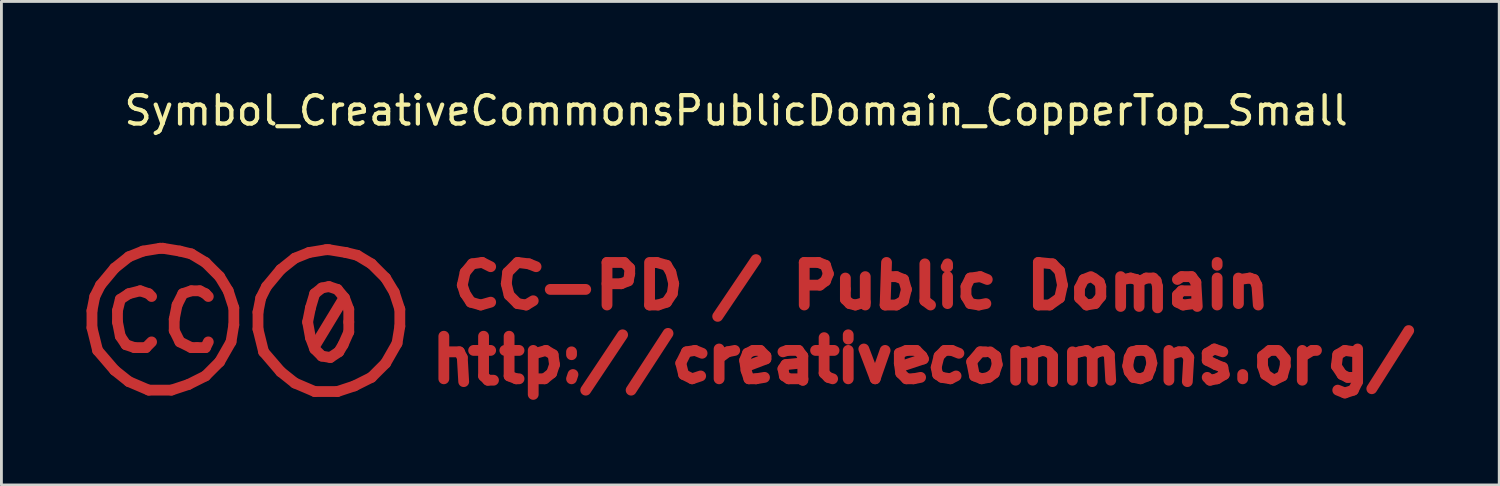
<source format=kicad_pcb>
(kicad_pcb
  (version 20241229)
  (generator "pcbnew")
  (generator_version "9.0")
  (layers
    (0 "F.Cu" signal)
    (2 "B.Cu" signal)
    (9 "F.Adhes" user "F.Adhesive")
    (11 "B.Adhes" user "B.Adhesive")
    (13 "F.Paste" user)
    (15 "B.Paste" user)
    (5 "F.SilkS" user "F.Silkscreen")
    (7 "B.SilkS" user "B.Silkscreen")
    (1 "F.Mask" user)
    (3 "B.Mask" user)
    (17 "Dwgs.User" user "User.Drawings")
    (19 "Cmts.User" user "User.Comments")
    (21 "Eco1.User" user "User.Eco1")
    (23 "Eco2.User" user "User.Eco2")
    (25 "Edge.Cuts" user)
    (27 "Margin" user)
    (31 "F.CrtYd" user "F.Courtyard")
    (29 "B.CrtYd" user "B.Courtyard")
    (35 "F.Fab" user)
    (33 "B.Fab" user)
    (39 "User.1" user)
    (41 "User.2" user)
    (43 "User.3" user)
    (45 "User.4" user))
  (footprint "Symbol_CreativeCommonsPublicDomain_CopperTop_Small"
    (layer "F.Cu")
    (at 22.29 8.148)
    (property "Reference" "Symbol_CreativeCommonsPublicDomain_CopperTop_Small" (at 0.599 -7.3 0) (layer "F.SilkS") (effects (font (size 1 1) (thickness 0.15))))
    (attr exclude_from_pos_files exclude_from_bom)
    (fp_line (start -22.099 -0.25) (end -22.099 0.35) (stroke (width 0.381) (type solid)) (layer "F.Cu"))
    (fp_line (start -22.099 0.35) (end -21.901 1.15) (stroke (width 0.381) (type solid)) (layer "F.Cu"))
    (fp_line (start -22 -0.75) (end -22.099 -0.25) (stroke (width 0.381) (type solid)) (layer "F.Cu"))
    (fp_line (start -21.901 1.15) (end -21.299 1.851) (stroke (width 0.381) (type solid)) (layer "F.Cu"))
    (fp_line (start -21.8 -1.149) (end -22 -0.75) (stroke (width 0.381) (type solid)) (layer "F.Cu"))
    (fp_line (start -21.299 -1.751) (end -21.8 -1.149) (stroke (width 0.381) (type solid)) (layer "F.Cu"))
    (fp_line (start -21.299 1.851) (end -20.799 2.25) (stroke (width 0.381) (type solid)) (layer "F.Cu"))
    (fp_line (start -21.2 -0.25) (end -21.2 0.149) (stroke (width 0.381) (type solid)) (layer "F.Cu"))
    (fp_line (start -21.2 0.149) (end -21.101 0.649) (stroke (width 0.381) (type solid)) (layer "F.Cu"))
    (fp_line (start -21.101 -0.651) (end -21.2 -0.25) (stroke (width 0.381) (type solid)) (layer "F.Cu"))
    (fp_line (start -21.101 0.649) (end -20.9 0.949) (stroke (width 0.381) (type solid)) (layer "F.Cu"))
    (fp_line (start -20.9 0.949) (end -20.601 1.051) (stroke (width 0.381) (type solid)) (layer "F.Cu"))
    (fp_line (start -20.799 -2.15) (end -21.299 -1.751) (stroke (width 0.381) (type solid)) (layer "F.Cu"))
    (fp_line (start -20.799 -0.849) (end -21.101 -0.651) (stroke (width 0.381) (type solid)) (layer "F.Cu"))
    (fp_line (start -20.799 2.25) (end -20.1 2.549) (stroke (width 0.381) (type solid)) (layer "F.Cu"))
    (fp_line (start -20.601 1.051) (end -20.199 1.051) (stroke (width 0.381) (type solid)) (layer "F.Cu"))
    (fp_line (start -20.4 -0.951) (end -20.799 -0.849) (stroke (width 0.381) (type solid)) (layer "F.Cu"))
    (fp_line (start -20.301 -2.35) (end -20.799 -2.15) (stroke (width 0.381) (type solid)) (layer "F.Cu"))
    (fp_line (start -20.199 1.051) (end -19.999 0.85) (stroke (width 0.381) (type solid)) (layer "F.Cu"))
    (fp_line (start -20.1 -0.849) (end -20.4 -0.951) (stroke (width 0.381) (type solid)) (layer "F.Cu"))
    (fp_line (start -20.1 2.549) (end -19.3 2.549) (stroke (width 0.381) (type solid)) (layer "F.Cu"))
    (fp_line (start -19.999 -0.75) (end -20.1 -0.849) (stroke (width 0.381) (type solid)) (layer "F.Cu"))
    (fp_line (start -19.699 -2.449) (end -20.301 -2.35) (stroke (width 0.381) (type solid)) (layer "F.Cu"))
    (fp_line (start -19.6 -2.449) (end -19.699 -2.449) (stroke (width 0.381) (type solid)) (layer "F.Cu"))
    (fp_line (start -19.3 2.549) (end -18.701 2.351) (stroke (width 0.381) (type solid)) (layer "F.Cu"))
    (fp_line (start -19.201 0.05) (end -19.201 0.449) (stroke (width 0.381) (type solid)) (layer "F.Cu"))
    (fp_line (start -19.201 0.449) (end -19.001 0.85) (stroke (width 0.381) (type solid)) (layer "F.Cu"))
    (fp_line (start -19.1 -0.45) (end -19.201 0.05) (stroke (width 0.381) (type solid)) (layer "F.Cu"))
    (fp_line (start -19.001 -2.35) (end -19.6 -2.449) (stroke (width 0.381) (type solid)) (layer "F.Cu"))
    (fp_line (start -19.001 0.85) (end -18.599 1.051) (stroke (width 0.381) (type solid)) (layer "F.Cu"))
    (fp_line (start -18.899 -0.849) (end -19.1 -0.45) (stroke (width 0.381) (type solid)) (layer "F.Cu"))
    (fp_line (start -18.701 2.351) (end -18.099 2.049) (stroke (width 0.381) (type solid)) (layer "F.Cu"))
    (fp_line (start -18.599 -2.251) (end -19.001 -2.35) (stroke (width 0.381) (type solid)) (layer "F.Cu"))
    (fp_line (start -18.599 -0.951) (end -18.899 -0.849) (stroke (width 0.381) (type solid)) (layer "F.Cu"))
    (fp_line (start -18.599 1.051) (end -18.401 1.051) (stroke (width 0.381) (type solid)) (layer "F.Cu"))
    (fp_line (start -18.401 1.051) (end -18.099 1.051) (stroke (width 0.381) (type solid)) (layer "F.Cu"))
    (fp_line (start -18.3 -0.951) (end -18.599 -0.951) (stroke (width 0.381) (type solid)) (layer "F.Cu"))
    (fp_line (start -18.099 -1.949) (end -18.599 -2.251) (stroke (width 0.381) (type solid)) (layer "F.Cu"))
    (fp_line (start -18.099 -0.849) (end -18.3 -0.951) (stroke (width 0.381) (type solid)) (layer "F.Cu"))
    (fp_line (start -18.099 1.051) (end -18 0.85) (stroke (width 0.381) (type solid)) (layer "F.Cu"))
    (fp_line (start -18.099 2.049) (end -17.601 1.551) (stroke (width 0.381) (type solid)) (layer "F.Cu"))
    (fp_line (start -18 -0.75) (end -18.099 -0.849) (stroke (width 0.381) (type solid)) (layer "F.Cu"))
    (fp_line (start -17.601 -1.451) (end -18.099 -1.949) (stroke (width 0.381) (type solid)) (layer "F.Cu"))
    (fp_line (start -17.601 1.551) (end -17.2 0.85) (stroke (width 0.381) (type solid)) (layer "F.Cu"))
    (fp_line (start -17.299 -0.951) (end -17.601 -1.451) (stroke (width 0.381) (type solid)) (layer "F.Cu"))
    (fp_line (start -17.2 0.85) (end -17.101 0.251) (stroke (width 0.381) (type solid)) (layer "F.Cu"))
    (fp_line (start -17.101 -0.349) (end -17.299 -0.951) (stroke (width 0.381) (type solid)) (layer "F.Cu"))
    (fp_line (start -17.101 0.251) (end -17.101 -0.349) (stroke (width 0.381) (type solid)) (layer "F.Cu"))
    (fp_line (start -16.249 -0.2) (end -16.249 0.4) (stroke (width 0.381) (type solid)) (layer "F.Cu"))
    (fp_line (start -16.249 0.4) (end -16.051 1.2) (stroke (width 0.381) (type solid)) (layer "F.Cu"))
    (fp_line (start -16.15 -0.7) (end -16.249 -0.2) (stroke (width 0.381) (type solid)) (layer "F.Cu"))
    (fp_line (start -16.051 1.2) (end -15.449 1.901) (stroke (width 0.381) (type solid)) (layer "F.Cu"))
    (fp_line (start -15.95 -1.099) (end -16.15 -0.7) (stroke (width 0.381) (type solid)) (layer "F.Cu"))
    (fp_line (start -15.449 -1.701) (end -15.95 -1.099) (stroke (width 0.381) (type solid)) (layer "F.Cu"))
    (fp_line (start -15.449 1.901) (end -14.949 2.3) (stroke (width 0.381) (type solid)) (layer "F.Cu"))
    (fp_line (start -14.949 -2.1) (end -15.449 -1.701) (stroke (width 0.381) (type solid)) (layer "F.Cu"))
    (fp_line (start -14.949 2.3) (end -14.25 2.599) (stroke (width 0.381) (type solid)) (layer "F.Cu"))
    (fp_line (start -14.5 0.15) (end -14.4 -0.35) (stroke (width 0.381) (type solid)) (layer "F.Cu"))
    (fp_line (start -14.451 -2.3) (end -14.949 -2.1) (stroke (width 0.381) (type solid)) (layer "F.Cu"))
    (fp_line (start -14.4 -0.35) (end -14.25 -0.85) (stroke (width 0.381) (type solid)) (layer "F.Cu"))
    (fp_line (start -14.4 0.7) (end -14.5 0.15) (stroke (width 0.381) (type solid)) (layer "F.Cu"))
    (fp_line (start -14.25 2.599) (end -13.45 2.599) (stroke (width 0.381) (type solid)) (layer "F.Cu"))
    (fp_line (start -14.25 -0.85) (end -14 -1.05) (stroke (width 0.381) (type solid)) (layer "F.Cu"))
    (fp_line (start -14.25 1.1) (end -14.4 0.7) (stroke (width 0.381) (type solid)) (layer "F.Cu"))
    (fp_line (start -14 -1.05) (end -13.75 -1.1) (stroke (width 0.381) (type solid)) (layer "F.Cu"))
    (fp_line (start -14 1.35) (end -14.25 1.1) (stroke (width 0.381) (type solid)) (layer "F.Cu"))
    (fp_line (start -13.849 -2.399) (end -14.451 -2.3) (stroke (width 0.381) (type solid)) (layer "F.Cu"))
    (fp_line (start -13.75 -2.399) (end -13.849 -2.399) (stroke (width 0.381) (type solid)) (layer "F.Cu"))
    (fp_line (start -13.75 -1.1) (end -13.45 -1) (stroke (width 0.381) (type solid)) (layer "F.Cu"))
    (fp_line (start -13.7 1.4) (end -14 1.35) (stroke (width 0.381) (type solid)) (layer "F.Cu"))
    (fp_line (start -13.45 2.599) (end -12.851 2.401) (stroke (width 0.381) (type solid)) (layer "F.Cu"))
    (fp_line (start -13.45 -1) (end -13.2 -0.7) (stroke (width 0.381) (type solid)) (layer "F.Cu"))
    (fp_line (start -13.4 1.2) (end -13.7 1.4) (stroke (width 0.381) (type solid)) (layer "F.Cu"))
    (fp_line (start -13.25 -0.65) (end -14.25 1) (stroke (width 0.381) (type solid)) (layer "F.Cu"))
    (fp_line (start -13.25 0.95) (end -13.4 1.2) (stroke (width 0.381) (type solid)) (layer "F.Cu"))
    (fp_line (start -13.2 -0.7) (end -13.05 -0.3) (stroke (width 0.381) (type solid)) (layer "F.Cu"))
    (fp_line (start -13.151 -2.3) (end -13.75 -2.399) (stroke (width 0.381) (type solid)) (layer "F.Cu"))
    (fp_line (start -13.05 -0.3) (end -13.05 0.15) (stroke (width 0.381) (type solid)) (layer "F.Cu"))
    (fp_line (start -13.05 0.15) (end -13.05 0.5) (stroke (width 0.381) (type solid)) (layer "F.Cu"))
    (fp_line (start -13.05 0.5) (end -13.25 0.95) (stroke (width 0.381) (type solid)) (layer "F.Cu"))
    (fp_line (start -12.851 2.401) (end -12.249 2.099) (stroke (width 0.381) (type solid)) (layer "F.Cu"))
    (fp_line (start -12.749 -2.201) (end -13.151 -2.3) (stroke (width 0.381) (type solid)) (layer "F.Cu"))
    (fp_line (start -12.249 -1.899) (end -12.749 -2.201) (stroke (width 0.381) (type solid)) (layer "F.Cu"))
    (fp_line (start -12.249 2.099) (end -11.751 1.601) (stroke (width 0.381) (type solid)) (layer "F.Cu"))
    (fp_line (start -11.751 -1.401) (end -12.249 -1.899) (stroke (width 0.381) (type solid)) (layer "F.Cu"))
    (fp_line (start -11.751 1.601) (end -11.35 0.9) (stroke (width 0.381) (type solid)) (layer "F.Cu"))
    (fp_line (start -11.449 -0.901) (end -11.751 -1.401) (stroke (width 0.381) (type solid)) (layer "F.Cu"))
    (fp_line (start -11.35 0.9) (end -11.251 0.301) (stroke (width 0.381) (type solid)) (layer "F.Cu"))
    (fp_line (start -11.251 -0.299) (end -11.449 -0.901) (stroke (width 0.381) (type solid)) (layer "F.Cu"))
    (fp_line (start -11.251 0.301) (end -11.251 -0.299) (stroke (width 0.381) (type solid)) (layer "F.Cu"))
    (fp_line (start -9.7 0.65) (end -9.7 2.15) (stroke (width 0.381) (type solid)) (layer "F.Cu"))
    (fp_line (start -9.15 1.2) (end -9.55 1.2) (stroke (width 0.381) (type solid)) (layer "F.Cu"))
    (fp_line (start -9.05 -1.15) (end -8.95 -0.85) (stroke (width 0.381) (type solid)) (layer "F.Cu"))
    (fp_line (start -9.05 1.4) (end -9.15 1.2) (stroke (width 0.381) (type solid)) (layer "F.Cu"))
    (fp_line (start -9 2.25) (end -9.05 1.4) (stroke (width 0.381) (type solid)) (layer "F.Cu"))
    (fp_line (start -8.95 -1.6) (end -9.05 -1.15) (stroke (width 0.381) (type solid)) (layer "F.Cu"))
    (fp_line (start -8.95 -0.85) (end -8.75 -0.55) (stroke (width 0.381) (type solid)) (layer "F.Cu"))
    (fp_line (start -8.75 -0.55) (end -8.4 -0.45) (stroke (width 0.381) (type solid)) (layer "F.Cu"))
    (fp_line (start -8.7 -1.9) (end -8.95 -1.6) (stroke (width 0.381) (type solid)) (layer "F.Cu"))
    (fp_line (start -8.65 1.15) (end -8.05 1.15) (stroke (width 0.381) (type solid)) (layer "F.Cu"))
    (fp_line (start -8.4 -0.45) (end -8.05 -0.55) (stroke (width 0.381) (type solid)) (layer "F.Cu"))
    (fp_line (start -8.35 -1.95) (end -8.7 -1.9) (stroke (width 0.381) (type solid)) (layer "F.Cu"))
    (fp_line (start -8.3 0.65) (end -8.3 2.05) (stroke (width 0.381) (type solid)) (layer "F.Cu"))
    (fp_line (start -8.3 2.05) (end -8.15 2.2) (stroke (width 0.381) (type solid)) (layer "F.Cu"))
    (fp_line (start -8.15 2.2) (end -7.95 2.2) (stroke (width 0.381) (type solid)) (layer "F.Cu"))
    (fp_line (start -8.05 -1.8) (end -8.35 -1.95) (stroke (width 0.381) (type solid)) (layer "F.Cu"))
    (fp_line (start -7.5 -1.2) (end -7.4 -0.8) (stroke (width 0.381) (type solid)) (layer "F.Cu"))
    (fp_line (start -7.45 -1.6) (end -7.5 -1.2) (stroke (width 0.381) (type solid)) (layer "F.Cu"))
    (fp_line (start -7.4 -0.8) (end -7.1 -0.5) (stroke (width 0.381) (type solid)) (layer "F.Cu"))
    (fp_line (start -7.4 0.65) (end -7.4 2.05) (stroke (width 0.381) (type solid)) (layer "F.Cu"))
    (fp_line (start -7.4 2.05) (end -7.15 2.15) (stroke (width 0.381) (type solid)) (layer "F.Cu"))
    (fp_line (start -7.15 2.15) (end -7.05 2.15) (stroke (width 0.381) (type solid)) (layer "F.Cu"))
    (fp_line (start -7.1 -1.95) (end -7.45 -1.6) (stroke (width 0.381) (type solid)) (layer "F.Cu"))
    (fp_line (start -7.1 -0.5) (end -6.8 -0.45) (stroke (width 0.381) (type solid)) (layer "F.Cu"))
    (fp_line (start -7.05 1.15) (end -7.55 1.15) (stroke (width 0.381) (type solid)) (layer "F.Cu"))
    (fp_line (start -6.8 -0.45) (end -6.55 -0.6) (stroke (width 0.381) (type solid)) (layer "F.Cu"))
    (fp_line (start -6.7 -1.9) (end -7.1 -1.95) (stroke (width 0.381) (type solid)) (layer "F.Cu"))
    (fp_line (start -6.55 2.7) (end -6.55 1.15) (stroke (width 0.381) (type solid)) (layer "F.Cu"))
    (fp_line (start -6.5 2.15) (end -6.15 2.15) (stroke (width 0.381) (type solid)) (layer "F.Cu"))
    (fp_line (start -6.45 -1.8) (end -6.7 -1.9) (stroke (width 0.381) (type solid)) (layer "F.Cu"))
    (fp_line (start -6.15 2.15) (end -5.9 1.95) (stroke (width 0.381) (type solid)) (layer "F.Cu"))
    (fp_line (start -6.1 1.15) (end -6.45 1.25) (stroke (width 0.381) (type solid)) (layer "F.Cu"))
    (fp_line (start -5.95 -1) (end -4.7 -1) (stroke (width 0.381) (type solid)) (layer "F.Cu"))
    (fp_line (start -5.9 1.95) (end -5.8 1.65) (stroke (width 0.381) (type solid)) (layer "F.Cu"))
    (fp_line (start -5.85 1.3) (end -6.1 1.15) (stroke (width 0.381) (type solid)) (layer "F.Cu"))
    (fp_line (start -5.8 1.65) (end -5.85 1.3) (stroke (width 0.381) (type solid)) (layer "F.Cu"))
    (fp_line (start -5.2 1.2) (end -5.2 1.3) (stroke (width 0.381) (type solid)) (layer "F.Cu"))
    (fp_line (start -5.15 2) (end -5.2 2.15) (stroke (width 0.381) (type solid)) (layer "F.Cu"))
    (fp_line (start -4.7 2.55) (end -3.4 0.6) (stroke (width 0.381) (type solid)) (layer "F.Cu"))
    (fp_line (start -3.95 -1.95) (end -3.35 -1.95) (stroke (width 0.381) (type solid)) (layer "F.Cu"))
    (fp_line (start -3.95 -0.45) (end -3.95 -1.95) (stroke (width 0.381) (type solid)) (layer "F.Cu"))
    (fp_line (start -3.45 -1.2) (end -3.95 -1.2) (stroke (width 0.381) (type solid)) (layer "F.Cu"))
    (fp_line (start -3.35 -1.95) (end -3.15 -1.75) (stroke (width 0.381) (type solid)) (layer "F.Cu"))
    (fp_line (start -3.2 -1.3) (end -3.45 -1.2) (stroke (width 0.381) (type solid)) (layer "F.Cu"))
    (fp_line (start -3.15 -1.75) (end -3.15 -1.55) (stroke (width 0.381) (type solid)) (layer "F.Cu"))
    (fp_line (start -3.15 -1.55) (end -3.2 -1.3) (stroke (width 0.381) (type solid)) (layer "F.Cu"))
    (fp_line (start -3.1 2.55) (end -1.8 0.55) (stroke (width 0.381) (type solid)) (layer "F.Cu"))
    (fp_line (start -2.45 -1.95) (end -2.45 -0.45) (stroke (width 0.381) (type solid)) (layer "F.Cu"))
    (fp_line (start -2.45 -0.45) (end -2.15 -0.45) (stroke (width 0.381) (type solid)) (layer "F.Cu"))
    (fp_line (start -2.2 -1.95) (end -2.35 -1.95) (stroke (width 0.381) (type solid)) (layer "F.Cu"))
    (fp_line (start -2.15 -0.45) (end -1.85 -0.55) (stroke (width 0.381) (type solid)) (layer "F.Cu"))
    (fp_line (start -1.85 -1.85) (end -2.2 -1.95) (stroke (width 0.381) (type solid)) (layer "F.Cu"))
    (fp_line (start -1.85 -0.55) (end -1.65 -0.85) (stroke (width 0.381) (type solid)) (layer "F.Cu"))
    (fp_line (start -1.7 -1.6) (end -1.85 -1.85) (stroke (width 0.381) (type solid)) (layer "F.Cu"))
    (fp_line (start -1.65 -0.85) (end -1.6 -1.2) (stroke (width 0.381) (type solid)) (layer "F.Cu"))
    (fp_line (start -1.6 -1.2) (end -1.7 -1.6) (stroke (width 0.381) (type solid)) (layer "F.Cu"))
    (fp_line (start -1.35 1.6) (end -1.25 2) (stroke (width 0.381) (type solid)) (layer "F.Cu"))
    (fp_line (start -1.25 2) (end -0.95 2.15) (stroke (width 0.381) (type solid)) (layer "F.Cu"))
    (fp_line (start -1.15 1.2) (end -1.35 1.6) (stroke (width 0.381) (type solid)) (layer "F.Cu"))
    (fp_line (start -0.95 2.15) (end -0.65 2.05) (stroke (width 0.381) (type solid)) (layer "F.Cu"))
    (fp_line (start -0.85 1.15) (end -1.15 1.2) (stroke (width 0.381) (type solid)) (layer "F.Cu"))
    (fp_line (start -0.6 1.25) (end -0.85 1.15) (stroke (width 0.381) (type solid)) (layer "F.Cu"))
    (fp_line (start -0.05 -0.05) (end 1.3 -2.05) (stroke (width 0.381) (type solid)) (layer "F.Cu"))
    (fp_line (start 0 2.15) (end 0 1.1) (stroke (width 0.381) (type solid)) (layer "F.Cu"))
    (fp_line (start 0.3 1.2) (end 0.1 1.35) (stroke (width 0.381) (type solid)) (layer "F.Cu"))
    (fp_line (start 0.55 1.15) (end 0.3 1.2) (stroke (width 0.381) (type solid)) (layer "F.Cu"))
    (fp_line (start 0.9 1.5) (end 1 1.25) (stroke (width 0.381) (type solid)) (layer "F.Cu"))
    (fp_line (start 0.95 1.85) (end 0.9 1.5) (stroke (width 0.381) (type solid)) (layer "F.Cu"))
    (fp_line (start 1 1.25) (end 1.2 1.15) (stroke (width 0.381) (type solid)) (layer "F.Cu"))
    (fp_line (start 1.05 2.15) (end 0.95 1.85) (stroke (width 0.381) (type solid)) (layer "F.Cu"))
    (fp_line (start 1.2 1.15) (end 1.45 1.15) (stroke (width 0.381) (type solid)) (layer "F.Cu"))
    (fp_line (start 1.3 2.15) (end 1.05 2.15) (stroke (width 0.381) (type solid)) (layer "F.Cu"))
    (fp_line (start 1.45 1.15) (end 1.65 1.35) (stroke (width 0.381) (type solid)) (layer "F.Cu"))
    (fp_line (start 1.6 2.1) (end 1.3 2.15) (stroke (width 0.381) (type solid)) (layer "F.Cu"))
    (fp_line (start 1.65 1.35) (end 1.65 1.45) (stroke (width 0.381) (type solid)) (layer "F.Cu"))
    (fp_line (start 1.65 1.45) (end 1 1.7) (stroke (width 0.381) (type solid)) (layer "F.Cu"))
    (fp_line (start 2.25 1.2) (end 2.4 1.15) (stroke (width 0.381) (type solid)) (layer "F.Cu"))
    (fp_line (start 2.25 1.8) (end 2.35 1.65) (stroke (width 0.381) (type solid)) (layer "F.Cu"))
    (fp_line (start 2.3 2.05) (end 2.25 1.8) (stroke (width 0.381) (type solid)) (layer "F.Cu"))
    (fp_line (start 2.35 1.65) (end 2.85 1.6) (stroke (width 0.381) (type solid)) (layer "F.Cu"))
    (fp_line (start 2.4 1.15) (end 2.8 1.15) (stroke (width 0.381) (type solid)) (layer "F.Cu"))
    (fp_line (start 2.45 2.15) (end 2.3 2.05) (stroke (width 0.381) (type solid)) (layer "F.Cu"))
    (fp_line (start 2.8 1.15) (end 2.95 1.35) (stroke (width 0.381) (type solid)) (layer "F.Cu"))
    (fp_line (start 2.95 1.35) (end 2.95 2.2) (stroke (width 0.381) (type solid)) (layer "F.Cu"))
    (fp_line (start 2.95 2.15) (end 2.45 2.15) (stroke (width 0.381) (type solid)) (layer "F.Cu"))
    (fp_line (start 2.95 2.2) (end 2.95 2.15) (stroke (width 0.381) (type solid)) (layer "F.Cu"))
    (fp_line (start 3 -1.95) (end 3.5 -1.95) (stroke (width 0.381) (type solid)) (layer "F.Cu"))
    (fp_line (start 3 -0.45) (end 3 -1.95) (stroke (width 0.381) (type solid)) (layer "F.Cu"))
    (fp_line (start 3.4 1.15) (end 4.05 1.15) (stroke (width 0.381) (type solid)) (layer "F.Cu"))
    (fp_line (start 3.5 -1.95) (end 3.75 -1.85) (stroke (width 0.381) (type solid)) (layer "F.Cu"))
    (fp_line (start 3.55 -1.15) (end 3.1 -1.15) (stroke (width 0.381) (type solid)) (layer "F.Cu"))
    (fp_line (start 3.7 0.7) (end 3.7 1.95) (stroke (width 0.381) (type solid)) (layer "F.Cu"))
    (fp_line (start 3.7 1.95) (end 3.85 2.1) (stroke (width 0.381) (type solid)) (layer "F.Cu"))
    (fp_line (start 3.75 -1.85) (end 3.85 -1.55) (stroke (width 0.381) (type solid)) (layer "F.Cu"))
    (fp_line (start 3.75 -1.3) (end 3.55 -1.15) (stroke (width 0.381) (type solid)) (layer "F.Cu"))
    (fp_line (start 3.85 -1.55) (end 3.75 -1.3) (stroke (width 0.381) (type solid)) (layer "F.Cu"))
    (fp_line (start 3.85 2.1) (end 4 2.15) (stroke (width 0.381) (type solid)) (layer "F.Cu"))
    (fp_line (start 4.45 -1.4) (end 4.45 -1) (stroke (width 0.381) (type solid)) (layer "F.Cu"))
    (fp_line (start 4.45 -1) (end 4.45 -0.65) (stroke (width 0.381) (type solid)) (layer "F.Cu"))
    (fp_line (start 4.45 -0.65) (end 4.6 -0.5) (stroke (width 0.381) (type solid)) (layer "F.Cu"))
    (fp_line (start 4.55 0.6) (end 4.55 0.75) (stroke (width 0.381) (type solid)) (layer "F.Cu"))
    (fp_line (start 4.55 1.15) (end 4.55 2.15) (stroke (width 0.381) (type solid)) (layer "F.Cu"))
    (fp_line (start 4.6 -0.5) (end 4.8 -0.45) (stroke (width 0.381) (type solid)) (layer "F.Cu"))
    (fp_line (start 4.8 -0.45) (end 5.15 -0.55) (stroke (width 0.381) (type solid)) (layer "F.Cu"))
    (fp_line (start 5.1 1.1) (end 5.5 2.15) (stroke (width 0.381) (type solid)) (layer "F.Cu"))
    (fp_line (start 5.15 -1.45) (end 5.15 -0.45) (stroke (width 0.381) (type solid)) (layer "F.Cu"))
    (fp_line (start 5.5 2.15) (end 5.85 1.15) (stroke (width 0.381) (type solid)) (layer "F.Cu"))
    (fp_line (start 5.85 -0.45) (end 6.25 -0.45) (stroke (width 0.381) (type solid)) (layer "F.Cu"))
    (fp_line (start 5.9 -1.95) (end 5.85 -0.45) (stroke (width 0.381) (type solid)) (layer "F.Cu"))
    (fp_line (start 6.25 -1.45) (end 5.95 -1.45) (stroke (width 0.381) (type solid)) (layer "F.Cu"))
    (fp_line (start 6.25 -0.45) (end 6.5 -0.6) (stroke (width 0.381) (type solid)) (layer "F.Cu"))
    (fp_line (start 6.35 1.25) (end 6.6 1.15) (stroke (width 0.381) (type solid)) (layer "F.Cu"))
    (fp_line (start 6.35 1.6) (end 6.35 1.25) (stroke (width 0.381) (type solid)) (layer "F.Cu"))
    (fp_line (start 6.4 1.95) (end 6.35 1.6) (stroke (width 0.381) (type solid)) (layer "F.Cu"))
    (fp_line (start 6.5 -1.35) (end 6.25 -1.45) (stroke (width 0.381) (type solid)) (layer "F.Cu"))
    (fp_line (start 6.5 -0.6) (end 6.6 -1) (stroke (width 0.381) (type solid)) (layer "F.Cu"))
    (fp_line (start 6.6 -1) (end 6.5 -1.35) (stroke (width 0.381) (type solid)) (layer "F.Cu"))
    (fp_line (start 6.6 1.15) (end 6.95 1.15) (stroke (width 0.381) (type solid)) (layer "F.Cu"))
    (fp_line (start 6.6 2.15) (end 6.4 1.95) (stroke (width 0.381) (type solid)) (layer "F.Cu"))
    (fp_line (start 6.85 2.15) (end 6.6 2.15) (stroke (width 0.381) (type solid)) (layer "F.Cu"))
    (fp_line (start 6.95 1.15) (end 7.15 1.35) (stroke (width 0.381) (type solid)) (layer "F.Cu"))
    (fp_line (start 7.1 2.1) (end 6.85 2.15) (stroke (width 0.381) (type solid)) (layer "F.Cu"))
    (fp_line (start 7.15 1.35) (end 7.2 1.45) (stroke (width 0.381) (type solid)) (layer "F.Cu"))
    (fp_line (start 7.2 1.45) (end 6.45 1.7) (stroke (width 0.381) (type solid)) (layer "F.Cu"))
    (fp_line (start 7.25 -1.9) (end 7.25 -0.6) (stroke (width 0.381) (type solid)) (layer "F.Cu"))
    (fp_line (start 7.25 -0.6) (end 7.45 -0.45) (stroke (width 0.381) (type solid)) (layer "F.Cu"))
    (fp_line (start 7.65 1.75) (end 7.7 2) (stroke (width 0.381) (type solid)) (layer "F.Cu"))
    (fp_line (start 7.7 2) (end 7.85 2.1) (stroke (width 0.381) (type solid)) (layer "F.Cu"))
    (fp_line (start 7.75 1.35) (end 7.65 1.75) (stroke (width 0.381) (type solid)) (layer "F.Cu"))
    (fp_line (start 7.85 2.1) (end 8.15 2.15) (stroke (width 0.381) (type solid)) (layer "F.Cu"))
    (fp_line (start 7.95 1.15) (end 7.75 1.35) (stroke (width 0.381) (type solid)) (layer "F.Cu"))
    (fp_line (start 8.05 -1.9) (end 8.05 -1.8) (stroke (width 0.381) (type solid)) (layer "F.Cu"))
    (fp_line (start 8.05 -1.8) (end 8 -1.8) (stroke (width 0.381) (type solid)) (layer "F.Cu"))
    (fp_line (start 8.05 -1.45) (end 8.05 -0.5) (stroke (width 0.381) (type solid)) (layer "F.Cu"))
    (fp_line (start 8.15 2.15) (end 8.35 2.05) (stroke (width 0.381) (type solid)) (layer "F.Cu"))
    (fp_line (start 8.2 1.15) (end 7.95 1.15) (stroke (width 0.381) (type solid)) (layer "F.Cu"))
    (fp_line (start 8.45 1.25) (end 8.2 1.15) (stroke (width 0.381) (type solid)) (layer "F.Cu"))
    (fp_line (start 8.7 -1.1) (end 8.7 -0.75) (stroke (width 0.381) (type solid)) (layer "F.Cu"))
    (fp_line (start 8.7 -0.75) (end 8.85 -0.5) (stroke (width 0.381) (type solid)) (layer "F.Cu"))
    (fp_line (start 8.85 -1.4) (end 8.7 -1.1) (stroke (width 0.381) (type solid)) (layer "F.Cu"))
    (fp_line (start 8.85 -0.5) (end 9.15 -0.45) (stroke (width 0.381) (type solid)) (layer "F.Cu"))
    (fp_line (start 8.9 1.55) (end 9 2.05) (stroke (width 0.381) (type solid)) (layer "F.Cu"))
    (fp_line (start 9 2.05) (end 9.25 2.15) (stroke (width 0.381) (type solid)) (layer "F.Cu"))
    (fp_line (start 9.15 -0.45) (end 9.4 -0.5) (stroke (width 0.381) (type solid)) (layer "F.Cu"))
    (fp_line (start 9.2 -1.45) (end 8.85 -1.4) (stroke (width 0.381) (type solid)) (layer "F.Cu"))
    (fp_line (start 9.2 1.2) (end 8.9 1.55) (stroke (width 0.381) (type solid)) (layer "F.Cu"))
    (fp_line (start 9.25 2.15) (end 9.5 2.1) (stroke (width 0.381) (type solid)) (layer "F.Cu"))
    (fp_line (start 9.4 1.2) (end 9.2 1.2) (stroke (width 0.381) (type solid)) (layer "F.Cu"))
    (fp_line (start 9.45 -1.35) (end 9.2 -1.45) (stroke (width 0.381) (type solid)) (layer "F.Cu"))
    (fp_line (start 9.5 2.1) (end 9.7 1.95) (stroke (width 0.381) (type solid)) (layer "F.Cu"))
    (fp_line (start 9.7 1.95) (end 9.8 1.65) (stroke (width 0.381) (type solid)) (layer "F.Cu"))
    (fp_line (start 9.75 1.35) (end 9.55 1.2) (stroke (width 0.381) (type solid)) (layer "F.Cu"))
    (fp_line (start 9.8 1.65) (end 9.75 1.35) (stroke (width 0.381) (type solid)) (layer "F.Cu"))
    (fp_line (start 10.45 2.2) (end 10.45 1.15) (stroke (width 0.381) (type solid)) (layer "F.Cu"))
    (fp_line (start 10.9 1.2) (end 10.5 1.25) (stroke (width 0.381) (type solid)) (layer "F.Cu"))
    (fp_line (start 11.05 1.35) (end 10.9 1.2) (stroke (width 0.381) (type solid)) (layer "F.Cu"))
    (fp_line (start 11.05 2.2) (end 11.05 1.35) (stroke (width 0.381) (type solid)) (layer "F.Cu"))
    (fp_line (start 11.25 -1.95) (end 11.25 -0.45) (stroke (width 0.381) (type solid)) (layer "F.Cu"))
    (fp_line (start 11.25 -0.45) (end 11.65 -0.45) (stroke (width 0.381) (type solid)) (layer "F.Cu"))
    (fp_line (start 11.4 1.15) (end 11.1 1.25) (stroke (width 0.381) (type solid)) (layer "F.Cu"))
    (fp_line (start 11.6 1.2) (end 11.4 1.15) (stroke (width 0.381) (type solid)) (layer "F.Cu"))
    (fp_line (start 11.65 -0.45) (end 12 -0.7) (stroke (width 0.381) (type solid)) (layer "F.Cu"))
    (fp_line (start 11.75 -1.9) (end 11.25 -1.95) (stroke (width 0.381) (type solid)) (layer "F.Cu"))
    (fp_line (start 11.75 1.35) (end 11.6 1.2) (stroke (width 0.381) (type solid)) (layer "F.Cu"))
    (fp_line (start 11.75 2.25) (end 11.75 1.35) (stroke (width 0.381) (type solid)) (layer "F.Cu"))
    (fp_line (start 12 -1.65) (end 11.75 -1.9) (stroke (width 0.381) (type solid)) (layer "F.Cu"))
    (fp_line (start 12 -0.7) (end 12.1 -1.15) (stroke (width 0.381) (type solid)) (layer "F.Cu"))
    (fp_line (start 12.1 -1.15) (end 12 -1.65) (stroke (width 0.381) (type solid)) (layer "F.Cu"))
    (fp_line (start 12.45 2.2) (end 12.45 1.2) (stroke (width 0.381) (type solid)) (layer "F.Cu"))
    (fp_line (start 12.7 -1.05) (end 12.7 -0.7) (stroke (width 0.381) (type solid)) (layer "F.Cu"))
    (fp_line (start 12.7 -0.7) (end 12.95 -0.45) (stroke (width 0.381) (type solid)) (layer "F.Cu"))
    (fp_line (start 12.7 1.2) (end 12.55 1.25) (stroke (width 0.381) (type solid)) (layer "F.Cu"))
    (fp_line (start 12.85 -1.35) (end 12.7 -1.05) (stroke (width 0.381) (type solid)) (layer "F.Cu"))
    (fp_line (start 12.95 -0.45) (end 13.25 -0.5) (stroke (width 0.381) (type solid)) (layer "F.Cu"))
    (fp_line (start 12.95 1.15) (end 12.7 1.2) (stroke (width 0.381) (type solid)) (layer "F.Cu"))
    (fp_line (start 13.1 -1.45) (end 12.85 -1.35) (stroke (width 0.381) (type solid)) (layer "F.Cu"))
    (fp_line (start 13.15 1.3) (end 12.95 1.15) (stroke (width 0.381) (type solid)) (layer "F.Cu"))
    (fp_line (start 13.15 2.25) (end 13.15 1.3) (stroke (width 0.381) (type solid)) (layer "F.Cu"))
    (fp_line (start 13.25 -0.5) (end 13.45 -0.75) (stroke (width 0.381) (type solid)) (layer "F.Cu"))
    (fp_line (start 13.35 1.2) (end 13.2 1.3) (stroke (width 0.381) (type solid)) (layer "F.Cu"))
    (fp_line (start 13.4 -1.25) (end 13.2 -1.4) (stroke (width 0.381) (type solid)) (layer "F.Cu"))
    (fp_line (start 13.45 -1.1) (end 13.4 -1.25) (stroke (width 0.381) (type solid)) (layer "F.Cu"))
    (fp_line (start 13.45 -0.75) (end 13.45 -1.1) (stroke (width 0.381) (type solid)) (layer "F.Cu"))
    (fp_line (start 13.6 1.15) (end 13.35 1.2) (stroke (width 0.381) (type solid)) (layer "F.Cu"))
    (fp_line (start 13.75 1.3) (end 13.6 1.15) (stroke (width 0.381) (type solid)) (layer "F.Cu"))
    (fp_line (start 13.8 2.2) (end 13.75 1.3) (stroke (width 0.381) (type solid)) (layer "F.Cu"))
    (fp_line (start 14.15 -0.4) (end 14.15 -1.45) (stroke (width 0.381) (type solid)) (layer "F.Cu"))
    (fp_line (start 14.4 1.7) (end 14.45 1.9) (stroke (width 0.381) (type solid)) (layer "F.Cu"))
    (fp_line (start 14.45 1.4) (end 14.4 1.7) (stroke (width 0.381) (type solid)) (layer "F.Cu"))
    (fp_line (start 14.45 1.9) (end 14.6 2.1) (stroke (width 0.381) (type solid)) (layer "F.Cu"))
    (fp_line (start 14.5 -1.4) (end 14.25 -1.35) (stroke (width 0.381) (type solid)) (layer "F.Cu"))
    (fp_line (start 14.55 1.2) (end 14.45 1.4) (stroke (width 0.381) (type solid)) (layer "F.Cu"))
    (fp_line (start 14.6 2.1) (end 14.85 2.15) (stroke (width 0.381) (type solid)) (layer "F.Cu"))
    (fp_line (start 14.7 -1.35) (end 14.5 -1.4) (stroke (width 0.381) (type solid)) (layer "F.Cu"))
    (fp_line (start 14.75 1.15) (end 14.55 1.2) (stroke (width 0.381) (type solid)) (layer "F.Cu"))
    (fp_line (start 14.8 -1.25) (end 14.7 -1.35) (stroke (width 0.381) (type solid)) (layer "F.Cu"))
    (fp_line (start 14.8 -0.4) (end 14.8 -1.25) (stroke (width 0.381) (type solid)) (layer "F.Cu"))
    (fp_line (start 14.85 2.15) (end 15.1 2.05) (stroke (width 0.381) (type solid)) (layer "F.Cu"))
    (fp_line (start 15 1.15) (end 14.75 1.15) (stroke (width 0.381) (type solid)) (layer "F.Cu"))
    (fp_line (start 15.05 -1.4) (end 14.85 -1.3) (stroke (width 0.381) (type solid)) (layer "F.Cu"))
    (fp_line (start 15.1 2.05) (end 15.2 1.8) (stroke (width 0.381) (type solid)) (layer "F.Cu"))
    (fp_line (start 15.15 1.25) (end 15 1.15) (stroke (width 0.381) (type solid)) (layer "F.Cu"))
    (fp_line (start 15.2 1.8) (end 15.25 1.6) (stroke (width 0.381) (type solid)) (layer "F.Cu"))
    (fp_line (start 15.25 1.6) (end 15.2 1.35) (stroke (width 0.381) (type solid)) (layer "F.Cu"))
    (fp_line (start 15.3 -1.4) (end 15.05 -1.4) (stroke (width 0.381) (type solid)) (layer "F.Cu"))
    (fp_line (start 15.4 -1.3) (end 15.3 -1.4) (stroke (width 0.381) (type solid)) (layer "F.Cu"))
    (fp_line (start 15.45 -1.1) (end 15.4 -1.3) (stroke (width 0.381) (type solid)) (layer "F.Cu"))
    (fp_line (start 15.45 -0.35) (end 15.45 -1.1) (stroke (width 0.381) (type solid)) (layer "F.Cu"))
    (fp_line (start 15.85 2.2) (end 15.85 1.15) (stroke (width 0.381) (type solid)) (layer "F.Cu"))
    (fp_line (start 16.15 -1.35) (end 16.3 -1.45) (stroke (width 0.381) (type solid)) (layer "F.Cu"))
    (fp_line (start 16.15 -0.8) (end 16.15 -0.55) (stroke (width 0.381) (type solid)) (layer "F.Cu"))
    (fp_line (start 16.15 -0.55) (end 16.35 -0.45) (stroke (width 0.381) (type solid)) (layer "F.Cu"))
    (fp_line (start 16.2 1.2) (end 15.9 1.3) (stroke (width 0.381) (type solid)) (layer "F.Cu"))
    (fp_line (start 16.3 -1.45) (end 16.65 -1.45) (stroke (width 0.381) (type solid)) (layer "F.Cu"))
    (fp_line (start 16.3 -0.95) (end 16.15 -0.8) (stroke (width 0.381) (type solid)) (layer "F.Cu"))
    (fp_line (start 16.35 -0.45) (end 16.75 -0.5) (stroke (width 0.381) (type solid)) (layer "F.Cu"))
    (fp_line (start 16.4 1.2) (end 16.2 1.2) (stroke (width 0.381) (type solid)) (layer "F.Cu"))
    (fp_line (start 16.5 2.25) (end 16.55 1.4) (stroke (width 0.381) (type solid)) (layer "F.Cu"))
    (fp_line (start 16.55 1.4) (end 16.4 1.2) (stroke (width 0.381) (type solid)) (layer "F.Cu"))
    (fp_line (start 16.6 -0.95) (end 16.3 -0.95) (stroke (width 0.381) (type solid)) (layer "F.Cu"))
    (fp_line (start 16.65 -1.45) (end 16.8 -1.25) (stroke (width 0.381) (type solid)) (layer "F.Cu"))
    (fp_line (start 16.8 -1.25) (end 16.85 -0.4) (stroke (width 0.381) (type solid)) (layer "F.Cu"))
    (fp_line (start 17.2 1.25) (end 17.2 1.5) (stroke (width 0.381) (type solid)) (layer "F.Cu"))
    (fp_line (start 17.2 1.5) (end 17.5 1.65) (stroke (width 0.381) (type solid)) (layer "F.Cu"))
    (fp_line (start 17.3 2.2) (end 17.2 2.1) (stroke (width 0.381) (type solid)) (layer "F.Cu"))
    (fp_line (start 17.45 1.1) (end 17.2 1.25) (stroke (width 0.381) (type solid)) (layer "F.Cu"))
    (fp_line (start 17.5 1.65) (end 17.75 1.75) (stroke (width 0.381) (type solid)) (layer "F.Cu"))
    (fp_line (start 17.55 -1.95) (end 17.55 -1.85) (stroke (width 0.381) (type solid)) (layer "F.Cu"))
    (fp_line (start 17.55 -1.4) (end 17.55 -0.45) (stroke (width 0.381) (type solid)) (layer "F.Cu"))
    (fp_line (start 17.55 2.15) (end 17.3 2.2) (stroke (width 0.381) (type solid)) (layer "F.Cu"))
    (fp_line (start 17.75 1.2) (end 17.45 1.1) (stroke (width 0.381) (type solid)) (layer "F.Cu"))
    (fp_line (start 17.75 1.75) (end 17.8 2) (stroke (width 0.381) (type solid)) (layer "F.Cu"))
    (fp_line (start 17.8 2) (end 17.55 2.15) (stroke (width 0.381) (type solid)) (layer "F.Cu"))
    (fp_line (start 18.3 -1.4) (end 18.3 -0.5) (stroke (width 0.381) (type solid)) (layer "F.Cu"))
    (fp_line (start 18.45 2) (end 18.45 2.15) (stroke (width 0.381) (type solid)) (layer "F.Cu"))
    (fp_line (start 18.7 -1.4) (end 18.35 -1.35) (stroke (width 0.381) (type solid)) (layer "F.Cu"))
    (fp_line (start 18.85 -1.35) (end 18.7 -1.4) (stroke (width 0.381) (type solid)) (layer "F.Cu"))
    (fp_line (start 18.95 -1.15) (end 18.85 -1.35) (stroke (width 0.381) (type solid)) (layer "F.Cu"))
    (fp_line (start 19 -0.45) (end 18.95 -1.15) (stroke (width 0.381) (type solid)) (layer "F.Cu"))
    (fp_line (start 19.15 1.35) (end 19.15 1.7) (stroke (width 0.381) (type solid)) (layer "F.Cu"))
    (fp_line (start 19.15 1.7) (end 19.25 2) (stroke (width 0.381) (type solid)) (layer "F.Cu"))
    (fp_line (start 19.25 2) (end 19.55 2.2) (stroke (width 0.381) (type solid)) (layer "F.Cu"))
    (fp_line (start 19.4 1.15) (end 19.15 1.35) (stroke (width 0.381) (type solid)) (layer "F.Cu"))
    (fp_line (start 19.55 2.2) (end 19.85 2.05) (stroke (width 0.381) (type solid)) (layer "F.Cu"))
    (fp_line (start 19.7 1.15) (end 19.4 1.15) (stroke (width 0.381) (type solid)) (layer "F.Cu"))
    (fp_line (start 19.85 2.05) (end 19.95 1.7) (stroke (width 0.381) (type solid)) (layer "F.Cu"))
    (fp_line (start 19.95 1.45) (end 19.75 1.2) (stroke (width 0.381) (type solid)) (layer "F.Cu"))
    (fp_line (start 19.95 1.7) (end 19.95 1.45) (stroke (width 0.381) (type solid)) (layer "F.Cu"))
    (fp_line (start 20.55 1.15) (end 20.55 2.2) (stroke (width 0.381) (type solid)) (layer "F.Cu"))
    (fp_line (start 20.9 1.15) (end 20.65 1.3) (stroke (width 0.381) (type solid)) (layer "F.Cu"))
    (fp_line (start 21.05 1.15) (end 20.9 1.15) (stroke (width 0.381) (type solid)) (layer "F.Cu"))
    (fp_line (start 21.75 1.7) (end 21.95 2) (stroke (width 0.381) (type solid)) (layer "F.Cu"))
    (fp_line (start 21.8 1.3) (end 21.75 1.7) (stroke (width 0.381) (type solid)) (layer "F.Cu"))
    (fp_line (start 21.8 2.55) (end 22.05 2.65) (stroke (width 0.381) (type solid)) (layer "F.Cu"))
    (fp_line (start 21.95 2) (end 22.15 2.1) (stroke (width 0.381) (type solid)) (layer "F.Cu"))
    (fp_line (start 22.05 1.15) (end 21.8 1.3) (stroke (width 0.381) (type solid)) (layer "F.Cu"))
    (fp_line (start 22.05 2.65) (end 22.35 2.55) (stroke (width 0.381) (type solid)) (layer "F.Cu"))
    (fp_line (start 22.15 2.1) (end 22.4 2.1) (stroke (width 0.381) (type solid)) (layer "F.Cu"))
    (fp_line (start 22.35 2.55) (end 22.5 2.25) (stroke (width 0.381) (type solid)) (layer "F.Cu"))
    (fp_line (start 22.4 1.2) (end 22.05 1.15) (stroke (width 0.381) (type solid)) (layer "F.Cu"))
    (fp_line (start 22.5 2.25) (end 22.5 1.1) (stroke (width 0.381) (type solid)) (layer "F.Cu"))
    (fp_line (start 23 2.5) (end 24.3 0.45) (stroke (width 0.381) (type solid)) (layer "F.Cu")))
  (gr_rect
    (start -3 -3)
    (end 49.78 14.039)
    (stroke (width 0.1) (type default))
    (fill no)
    (layer "Edge.Cuts")))
</source>
